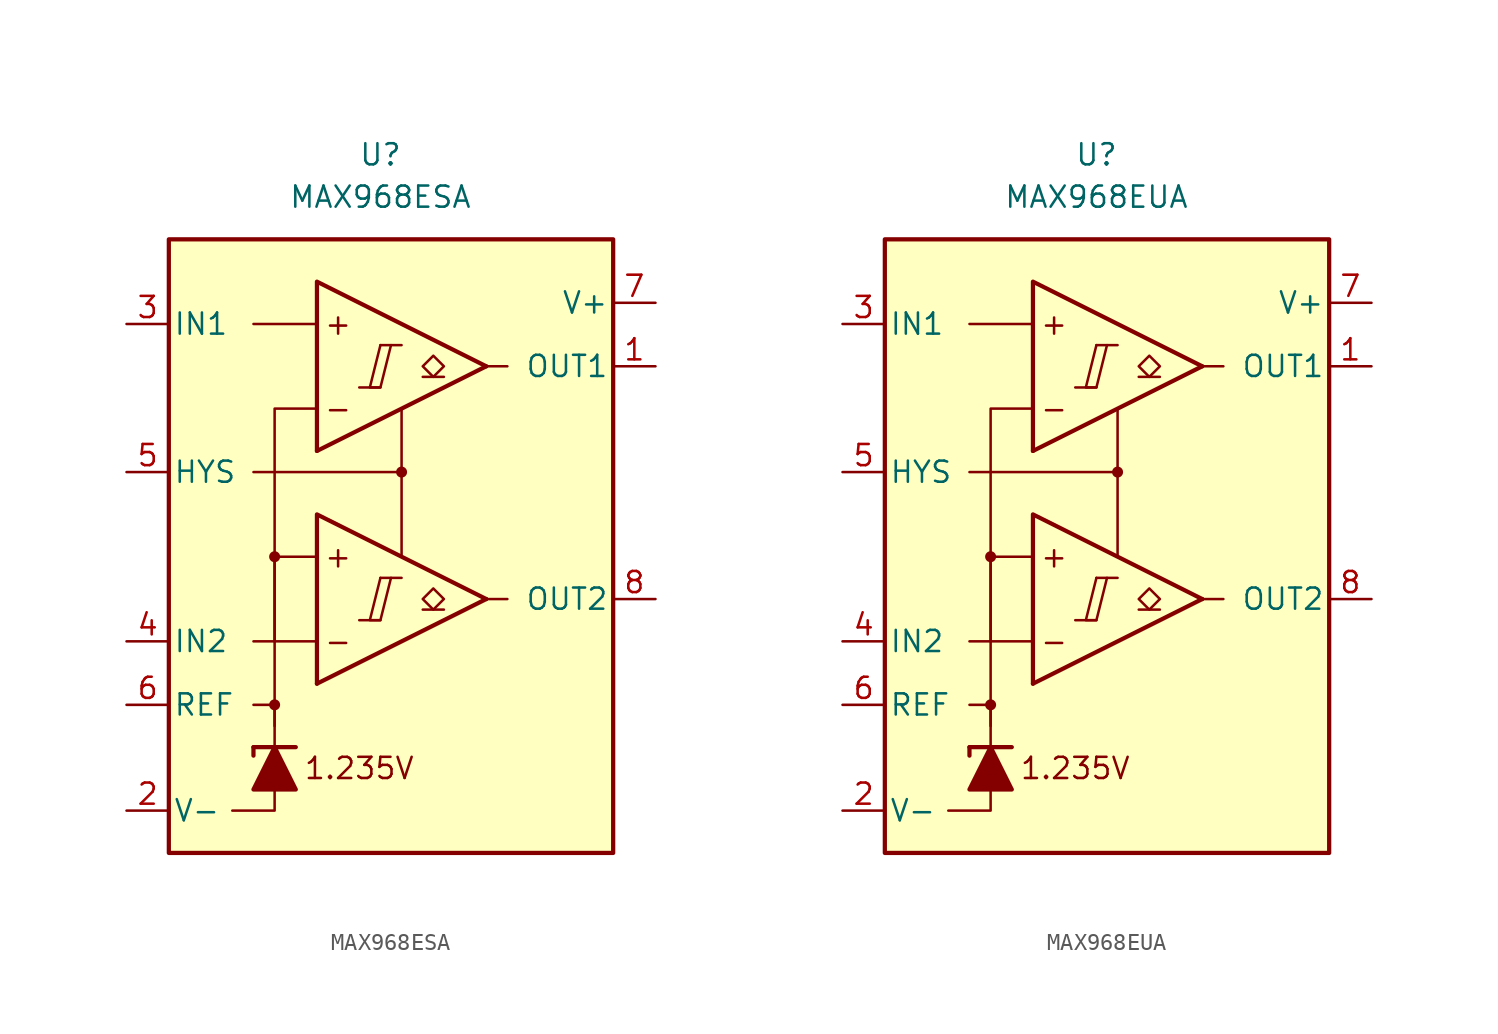
<source format=kicad_sym>
(kicad_symbol_lib
  (version 20211014)
  (generator kicad_symbol_editor)
  (symbol "MAX968ESA"
    (pin_names
      (offset 0.254))
    (property "Reference" "U"
      (at -1.27 22.86 0)
      (effects (font (size 1.27 1.27))))
    (property "Value" "MAX968ESA"
      (at -1.27 20.32 0)
      (effects (font (size 1.27 1.27))))
    (symbol "MAX968ESA_0_0"
      (rectangle (start -13.97 17.78) (end 12.7 -19.05) (stroke (width 0.254) (type default) (color 0 0 0 0)) (fill (type background)))
      (circle (center -7.62 -10.16) (radius 0.254) (stroke (width 0.152) (type default) (color 0 0 0 0)) (fill (type outline)))
      (circle (center -7.62 -1.27) (radius 0.254) (stroke (width 0.152) (type default) (color 0 0 0 0)) (fill (type outline)))
      (polyline (pts (xy -2.54 -5.08) (xy -1.27 -5.08)) (stroke (width 0.152) (type default) (color 0 0 0 0)) (fill (type none)))
      (polyline (pts (xy -2.54 8.89) (xy -1.27 8.89)) (stroke (width 0.152) (type default) (color 0 0 0 0)) (fill (type none)))
      (polyline (pts (xy -1.27 -2.54) (xy 0 -2.54)) (stroke (width 0.152) (type default) (color 0 0 0 0)) (fill (type none)))
      (polyline (pts (xy -1.27 11.43) (xy 0 11.43)) (stroke (width 0.152) (type default) (color 0 0 0 0)) (fill (type none)))
      (polyline (pts (xy 5.08 -3.81) (xy -5.08 -8.89)) (stroke (width 0.254) (type default) (color 0 0 0 0)) (fill (type none)))
      (polyline (pts (xy 5.08 10.16) (xy -5.08 5.08)) (stroke (width 0.254) (type default) (color 0 0 0 0)) (fill (type none)))
      (polyline (pts (xy 5.08 -3.81) (xy -5.08 1.27) (xy -5.08 -8.89)) (stroke (width 0.254) (type default) (color 0 0 0 0)) (fill (type background)))
      (polyline (pts (xy 5.08 10.16) (xy -5.08 15.24) (xy -5.08 5.08)) (stroke (width 0.254) (type default) (color 0 0 0 0)) (fill (type background)))
      (polyline (pts (xy -1.27 -2.54) (xy -1.905 -5.08) (xy -1.27 -5.08) (xy -0.635 -2.54)) (stroke (width 0.152) (type default) (color 0 0 0 0)) (fill (type none)))
      (polyline (pts (xy -1.27 11.43) (xy -1.905 8.89) (xy -1.27 8.89) (xy -0.635 11.43)) (stroke (width 0.152) (type default) (color 0 0 0 0)) (fill (type none)))
      (circle (center 0 3.81) (radius 0.254) (stroke (width 0.152) (type default) (color 0 0 0 0)) (fill (type outline)))
      (text "+" (at -3.81 -1.27 0) (effects (font (size 1.27 1.27))))
      (text "+" (at -3.81 12.7 0) (effects (font (size 1.27 1.27))))
      (text "-" (at -3.81 -6.35 0) (effects (font (size 1.27 1.27))))
      (text "-" (at -3.81 7.62 0) (effects (font (size 1.27 1.27))))
      (text "1.235V" (at -2.54 -13.97 0) (effects (font (size 1.27 1.27)))))
    (symbol "MAX968ESA_0_1"
      (polyline (pts (xy -8.89 -12.7) (xy -8.89 -13.208)) (stroke (width 0.254) (type default) (color 0 0 0 0)) (fill (type none)))
      (polyline (pts (xy -8.89 -12.7) (xy -6.35 -12.7)) (stroke (width 0.254) (type default) (color 0 0 0 0)) (fill (type none)))
      (polyline (pts (xy -5.08 -6.35) (xy -8.89 -6.35)) (stroke (width 0) (type default) (color 0 0 0 0)) (fill (type none)))
      (polyline (pts (xy -5.08 12.7) (xy -8.89 12.7)) (stroke (width 0) (type default) (color 0 0 0 0)) (fill (type none)))
      (polyline (pts (xy 0 3.81) (xy 0 -1.27)) (stroke (width 0) (type default) (color 0 0 0 0)) (fill (type none)))
      (polyline (pts (xy 5.08 -3.81) (xy 6.35 -3.81)) (stroke (width 0) (type default) (color 0 0 0 0)) (fill (type none)))
      (polyline (pts (xy 5.08 10.16) (xy 6.35 10.16)) (stroke (width 0) (type default) (color 0 0 0 0)) (fill (type none)))
      (polyline (pts (xy -7.62 -15.24) (xy -7.62 -16.51) (xy -10.16 -16.51)) (stroke (width 0) (type default) (color 0 0 0 0)) (fill (type none)))
      (polyline (pts (xy -7.62 -12.7) (xy -7.62 -10.16) (xy -8.89 -10.16)) (stroke (width 0) (type default) (color 0 0 0 0)) (fill (type none)))
      (polyline (pts (xy -7.62 -11.43) (xy -7.62 -1.27) (xy -5.08 -1.27)) (stroke (width 0) (type default) (color 0 0 0 0)) (fill (type none)))
      (polyline (pts (xy -7.62 -6.35) (xy -7.62 7.62) (xy -5.08 7.62)) (stroke (width 0) (type default) (color 0 0 0 0)) (fill (type none)))
      (polyline (pts (xy 0 7.62) (xy 0 3.81) (xy -8.89 3.81)) (stroke (width 0) (type default) (color 0 0 0 0)) (fill (type none)))
      (polyline (pts (xy -6.35 -15.24) (xy -8.89 -15.24) (xy -7.62 -12.7) (xy -6.35 -15.24)) (stroke (width 0.254) (type default) (color 0 0 0 0)) (fill (type outline))))
    (symbol "MAX968ESA_1_1"
      (polyline (pts (xy 2.54 -4.445) (xy 1.27 -4.445)) (stroke (width 0.152) (type default) (color 0 0 0 0)) (fill (type none)))
      (polyline (pts (xy 2.54 9.525) (xy 1.27 9.525)) (stroke (width 0.152) (type default) (color 0 0 0 0)) (fill (type none)))
      (polyline (pts (xy 1.905 -4.445) (xy 1.27 -3.81) (xy 1.905 -3.175) (xy 2.54 -3.81) (xy 1.905 -4.445)) (stroke (width 0.152) (type default) (color 0 0 0 0)) (fill (type none)))
      (polyline (pts (xy 1.905 9.525) (xy 1.27 10.16) (xy 1.905 10.795) (xy 2.54 10.16) (xy 1.905 9.525)) (stroke (width 0.152) (type default) (color 0 0 0 0)) (fill (type none)))
      (pin output line (at 15.24 10.16 180) (length 2.54) (name "OUT1" (effects (font (size 1.27 1.27)))) (number "1" (effects (font (size 1.27 1.27)))))
      (pin power_in line (at -16.51 -16.51 0) (length 2.54) (name "V-" (effects (font (size 1.27 1.27)))) (number "2" (effects (font (size 1.27 1.27)))))
      (pin input line (at -16.51 12.7 0) (length 2.54) (name "IN1" (effects (font (size 1.27 1.27)))) (number "3" (effects (font (size 1.27 1.27)))))
      (pin input line (at -16.51 -6.35 0) (length 2.54) (name "IN2" (effects (font (size 1.27 1.27)))) (number "4" (effects (font (size 1.27 1.27)))))
      (pin input line (at -16.51 3.81 0) (length 2.54) (name "HYS" (effects (font (size 1.27 1.27)))) (number "5" (effects (font (size 1.27 1.27)))))
      (pin output line (at -16.51 -10.16 0) (length 2.54) (name "REF" (effects (font (size 1.27 1.27)))) (number "6" (effects (font (size 1.27 1.27)))))
      (pin power_in line (at 15.24 13.97 180) (length 2.54) (name "V+" (effects (font (size 1.27 1.27)))) (number "7" (effects (font (size 1.27 1.27)))))
      (pin output line (at 15.24 -3.81 180) (length 2.54) (name "OUT2" (effects (font (size 1.27 1.27)))) (number "8" (effects (font (size 1.27 1.27)))))))
  (symbol "MAX968EUA"
    (pin_names
      (offset 0.254))
    (property "Reference" "U"
      (at -1.27 22.86 0)
      (effects (font (size 1.27 1.27))))
    (property "Value" "MAX968EUA"
      (at -1.27 20.32 0)
      (effects (font (size 1.27 1.27))))
    (symbol "MAX968EUA_0_0"
      (rectangle (start -13.97 17.78) (end 12.7 -19.05) (stroke (width 0.254) (type default) (color 0 0 0 0)) (fill (type background)))
      (circle (center -7.62 -10.16) (radius 0.254) (stroke (width 0.152) (type default) (color 0 0 0 0)) (fill (type outline)))
      (circle (center -7.62 -1.27) (radius 0.254) (stroke (width 0.152) (type default) (color 0 0 0 0)) (fill (type outline)))
      (polyline (pts (xy -2.54 -5.08) (xy -1.27 -5.08)) (stroke (width 0.152) (type default) (color 0 0 0 0)) (fill (type none)))
      (polyline (pts (xy -2.54 8.89) (xy -1.27 8.89)) (stroke (width 0.152) (type default) (color 0 0 0 0)) (fill (type none)))
      (polyline (pts (xy -1.27 -2.54) (xy 0 -2.54)) (stroke (width 0.152) (type default) (color 0 0 0 0)) (fill (type none)))
      (polyline (pts (xy -1.27 11.43) (xy 0 11.43)) (stroke (width 0.152) (type default) (color 0 0 0 0)) (fill (type none)))
      (polyline (pts (xy 5.08 -3.81) (xy -5.08 -8.89)) (stroke (width 0.254) (type default) (color 0 0 0 0)) (fill (type none)))
      (polyline (pts (xy 5.08 10.16) (xy -5.08 5.08)) (stroke (width 0.254) (type default) (color 0 0 0 0)) (fill (type none)))
      (polyline (pts (xy 5.08 -3.81) (xy -5.08 1.27) (xy -5.08 -8.89)) (stroke (width 0.254) (type default) (color 0 0 0 0)) (fill (type background)))
      (polyline (pts (xy 5.08 10.16) (xy -5.08 15.24) (xy -5.08 5.08)) (stroke (width 0.254) (type default) (color 0 0 0 0)) (fill (type background)))
      (polyline (pts (xy -1.27 -2.54) (xy -1.905 -5.08) (xy -1.27 -5.08) (xy -0.635 -2.54)) (stroke (width 0.152) (type default) (color 0 0 0 0)) (fill (type none)))
      (polyline (pts (xy -1.27 11.43) (xy -1.905 8.89) (xy -1.27 8.89) (xy -0.635 11.43)) (stroke (width 0.152) (type default) (color 0 0 0 0)) (fill (type none)))
      (circle (center 0 3.81) (radius 0.254) (stroke (width 0.152) (type default) (color 0 0 0 0)) (fill (type outline)))
      (text "+" (at -3.81 -1.27 0) (effects (font (size 1.27 1.27))))
      (text "+" (at -3.81 12.7 0) (effects (font (size 1.27 1.27))))
      (text "-" (at -3.81 -6.35 0) (effects (font (size 1.27 1.27))))
      (text "-" (at -3.81 7.62 0) (effects (font (size 1.27 1.27))))
      (text "1.235V" (at -2.54 -13.97 0) (effects (font (size 1.27 1.27)))))
    (symbol "MAX968EUA_0_1"
      (polyline (pts (xy -8.89 -12.7) (xy -8.89 -13.208)) (stroke (width 0.254) (type default) (color 0 0 0 0)) (fill (type none)))
      (polyline (pts (xy -8.89 -12.7) (xy -6.35 -12.7)) (stroke (width 0.254) (type default) (color 0 0 0 0)) (fill (type none)))
      (polyline (pts (xy -5.08 -6.35) (xy -8.89 -6.35)) (stroke (width 0) (type default) (color 0 0 0 0)) (fill (type none)))
      (polyline (pts (xy -5.08 12.7) (xy -8.89 12.7)) (stroke (width 0) (type default) (color 0 0 0 0)) (fill (type none)))
      (polyline (pts (xy 0 3.81) (xy 0 -1.27)) (stroke (width 0) (type default) (color 0 0 0 0)) (fill (type none)))
      (polyline (pts (xy 5.08 -3.81) (xy 6.35 -3.81)) (stroke (width 0) (type default) (color 0 0 0 0)) (fill (type none)))
      (polyline (pts (xy 5.08 10.16) (xy 6.35 10.16)) (stroke (width 0) (type default) (color 0 0 0 0)) (fill (type none)))
      (polyline (pts (xy -7.62 -15.24) (xy -7.62 -16.51) (xy -10.16 -16.51)) (stroke (width 0) (type default) (color 0 0 0 0)) (fill (type none)))
      (polyline (pts (xy -7.62 -12.7) (xy -7.62 -10.16) (xy -8.89 -10.16)) (stroke (width 0) (type default) (color 0 0 0 0)) (fill (type none)))
      (polyline (pts (xy -7.62 -11.43) (xy -7.62 -1.27) (xy -5.08 -1.27)) (stroke (width 0) (type default) (color 0 0 0 0)) (fill (type none)))
      (polyline (pts (xy -7.62 -6.35) (xy -7.62 7.62) (xy -5.08 7.62)) (stroke (width 0) (type default) (color 0 0 0 0)) (fill (type none)))
      (polyline (pts (xy 0 7.62) (xy 0 3.81) (xy -8.89 3.81)) (stroke (width 0) (type default) (color 0 0 0 0)) (fill (type none)))
      (polyline (pts (xy -6.35 -15.24) (xy -8.89 -15.24) (xy -7.62 -12.7) (xy -6.35 -15.24)) (stroke (width 0.254) (type default) (color 0 0 0 0)) (fill (type outline))))
    (symbol "MAX968EUA_1_1"
      (polyline (pts (xy 2.54 -4.445) (xy 1.27 -4.445)) (stroke (width 0.152) (type default) (color 0 0 0 0)) (fill (type none)))
      (polyline (pts (xy 2.54 9.525) (xy 1.27 9.525)) (stroke (width 0.152) (type default) (color 0 0 0 0)) (fill (type none)))
      (polyline (pts (xy 1.905 -4.445) (xy 1.27 -3.81) (xy 1.905 -3.175) (xy 2.54 -3.81) (xy 1.905 -4.445)) (stroke (width 0.152) (type default) (color 0 0 0 0)) (fill (type none)))
      (polyline (pts (xy 1.905 9.525) (xy 1.27 10.16) (xy 1.905 10.795) (xy 2.54 10.16) (xy 1.905 9.525)) (stroke (width 0.152) (type default) (color 0 0 0 0)) (fill (type none)))
      (pin output line (at 15.24 10.16 180) (length 2.54) (name "OUT1" (effects (font (size 1.27 1.27)))) (number "1" (effects (font (size 1.27 1.27)))))
      (pin power_in line (at -16.51 -16.51 0) (length 2.54) (name "V-" (effects (font (size 1.27 1.27)))) (number "2" (effects (font (size 1.27 1.27)))))
      (pin input line (at -16.51 12.7 0) (length 2.54) (name "IN1" (effects (font (size 1.27 1.27)))) (number "3" (effects (font (size 1.27 1.27)))))
      (pin input line (at -16.51 -6.35 0) (length 2.54) (name "IN2" (effects (font (size 1.27 1.27)))) (number "4" (effects (font (size 1.27 1.27)))))
      (pin input line (at -16.51 3.81 0) (length 2.54) (name "HYS" (effects (font (size 1.27 1.27)))) (number "5" (effects (font (size 1.27 1.27)))))
      (pin output line (at -16.51 -10.16 0) (length 2.54) (name "REF" (effects (font (size 1.27 1.27)))) (number "6" (effects (font (size 1.27 1.27)))))
      (pin power_in line (at 15.24 13.97 180) (length 2.54) (name "V+" (effects (font (size 1.27 1.27)))) (number "7" (effects (font (size 1.27 1.27)))))
      (pin output line (at 15.24 -3.81 180) (length 2.54) (name "OUT2" (effects (font (size 1.27 1.27)))) (number "8" (effects (font (size 1.27 1.27))))))))
</source>
